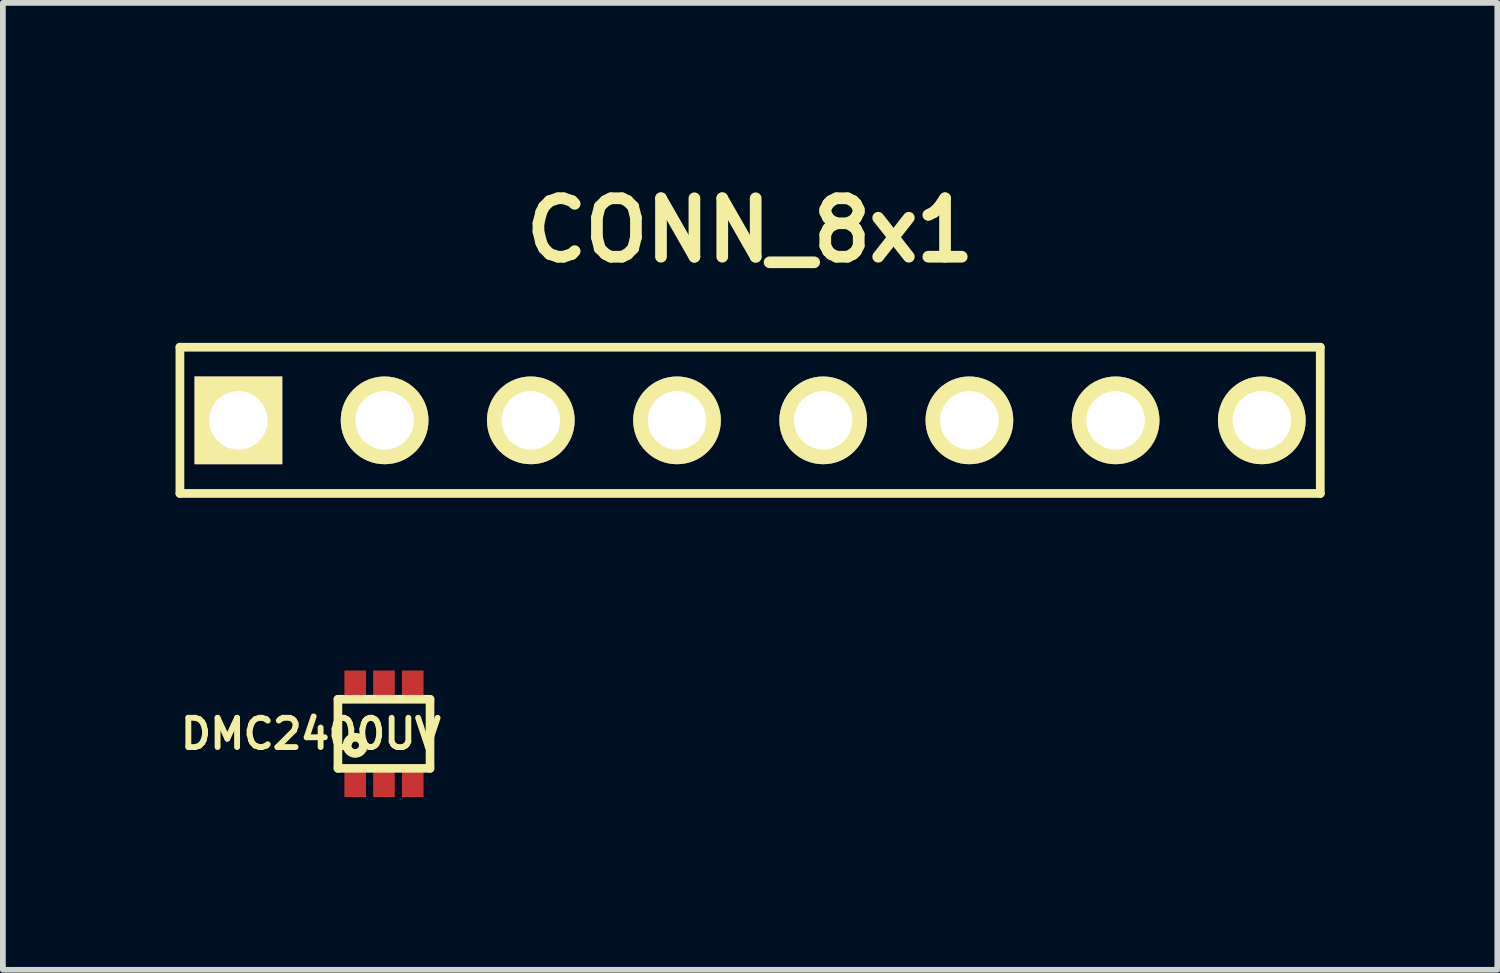
<source format=kicad_pcb>
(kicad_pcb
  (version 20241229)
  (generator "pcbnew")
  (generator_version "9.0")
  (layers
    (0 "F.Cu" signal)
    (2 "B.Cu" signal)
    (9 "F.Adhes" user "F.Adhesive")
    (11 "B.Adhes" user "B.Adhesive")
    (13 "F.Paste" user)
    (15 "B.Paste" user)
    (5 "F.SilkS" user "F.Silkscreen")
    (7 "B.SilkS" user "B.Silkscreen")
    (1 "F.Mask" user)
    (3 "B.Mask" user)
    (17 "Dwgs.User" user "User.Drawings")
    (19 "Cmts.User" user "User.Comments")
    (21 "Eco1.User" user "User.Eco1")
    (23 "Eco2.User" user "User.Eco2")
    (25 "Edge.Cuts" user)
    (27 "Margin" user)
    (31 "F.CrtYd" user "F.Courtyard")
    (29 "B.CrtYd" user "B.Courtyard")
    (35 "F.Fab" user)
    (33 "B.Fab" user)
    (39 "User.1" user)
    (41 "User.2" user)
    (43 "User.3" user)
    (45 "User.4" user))
  (footprint "DMC2400UV"
    (layer "F.Cu")
    (at 3.621 9.699)
    (property "Reference" "DMC2400UV" (at -1.27 0 0) (layer "F.SilkS") (effects (font (size 0.508 0.508) (thickness 0.102))))
    (attr through_hole)
    (fp_line (start -0.8 -0.6) (end 0.8 -0.6) (stroke (width 0.15) (type solid)) (layer "F.SilkS"))
    (fp_line (start -0.8 0.6) (end -0.8 -0.6) (stroke (width 0.15) (type solid)) (layer "F.SilkS"))
    (fp_line (start 0.8 -0.6) (end 0.8 0.6) (stroke (width 0.15) (type solid)) (layer "F.SilkS"))
    (fp_line (start 0.8 0.6) (end -0.8 0.6) (stroke (width 0.15) (type solid)) (layer "F.SilkS"))
    (fp_circle (center -0.5 0.2) (end -0.4 0.3) (stroke (width 0.15) (type solid)) (fill no) (layer "F.SilkS"))
    (pad "1" smd rect (at -0.5 0.85) (size 0.375 0.5) (layers "F.Cu" "F.Mask" "F.Paste"))
    (pad "2" smd rect (at 0 0.85) (size 0.375 0.5) (layers "F.Cu" "F.Mask" "F.Paste"))
    (pad "3" smd rect (at 0.5 0.85) (size 0.375 0.5) (layers "F.Cu" "F.Mask" "F.Paste"))
    (pad "4" smd rect (at 0.5 -0.85) (size 0.375 0.5) (layers "F.Cu" "F.Mask" "F.Paste"))
    (pad "5" smd rect (at 0 -0.85) (size 0.375 0.5) (layers "F.Cu" "F.Mask" "F.Paste"))
    (pad "6" smd rect (at -0.5 -0.85) (size 0.375 0.5) (layers "F.Cu" "F.Mask" "F.Paste")))
  (footprint "CONN_8x1"
    (layer "F.Cu")
    (at 9.982 4.253)
    (property "Reference" "CONN_8x1" (at 0 -3.302 0) (layer "F.SilkS") (effects (font (size 1.016 1.016) (thickness 0.203))))
    (attr through_hole)
    (fp_line (start -9.906 -1.27) (end -9.906 1.27) (stroke (width 0.152) (type solid)) (layer "F.SilkS"))
    (fp_line (start -9.906 -1.27) (end 9.906 -1.27) (stroke (width 0.152) (type solid)) (layer "F.SilkS"))
    (fp_line (start 9.906 -1.27) (end 9.906 1.27) (stroke (width 0.152) (type solid)) (layer "F.SilkS"))
    (fp_line (start 9.906 1.27) (end -9.906 1.27) (stroke (width 0.152) (type solid)) (layer "F.SilkS"))
    (pad "1" thru_hole rect (at -8.89 0) (size 1.524 1.524) (drill 1.016) (layers "*.Cu" "*.Mask" "F.SilkS"))
    (pad "2" thru_hole circle (at -6.35 0) (size 1.524 1.524) (drill 1.016) (layers "*.Cu" "*.Mask" "F.SilkS"))
    (pad "3" thru_hole circle (at -3.81 0) (size 1.524 1.524) (drill 1.016) (layers "*.Cu" "*.Mask" "F.SilkS"))
    (pad "4" thru_hole circle (at -1.27 0) (size 1.524 1.524) (drill 1.016) (layers "*.Cu" "*.Mask" "F.SilkS"))
    (pad "5" thru_hole circle (at 1.27 0) (size 1.524 1.524) (drill 1.016) (layers "*.Cu" "*.Mask" "F.SilkS"))
    (pad "6" thru_hole circle (at 3.81 0) (size 1.524 1.524) (drill 1.016) (layers "*.Cu" "*.Mask" "F.SilkS"))
    (pad "7" thru_hole circle (at 6.35 0) (size 1.524 1.524) (drill 1.016) (layers "*.Cu" "*.Mask" "F.SilkS"))
    (pad "8" thru_hole circle (at 8.89 0) (size 1.524 1.524) (drill 1.016) (layers "*.Cu" "*.Mask" "F.SilkS")))
  (gr_rect
    (start -3 -3)
    (end 22.964 13.799)
    (stroke (width 0.1) (type default))
    (fill no)
    (layer "Edge.Cuts")))
</source>
